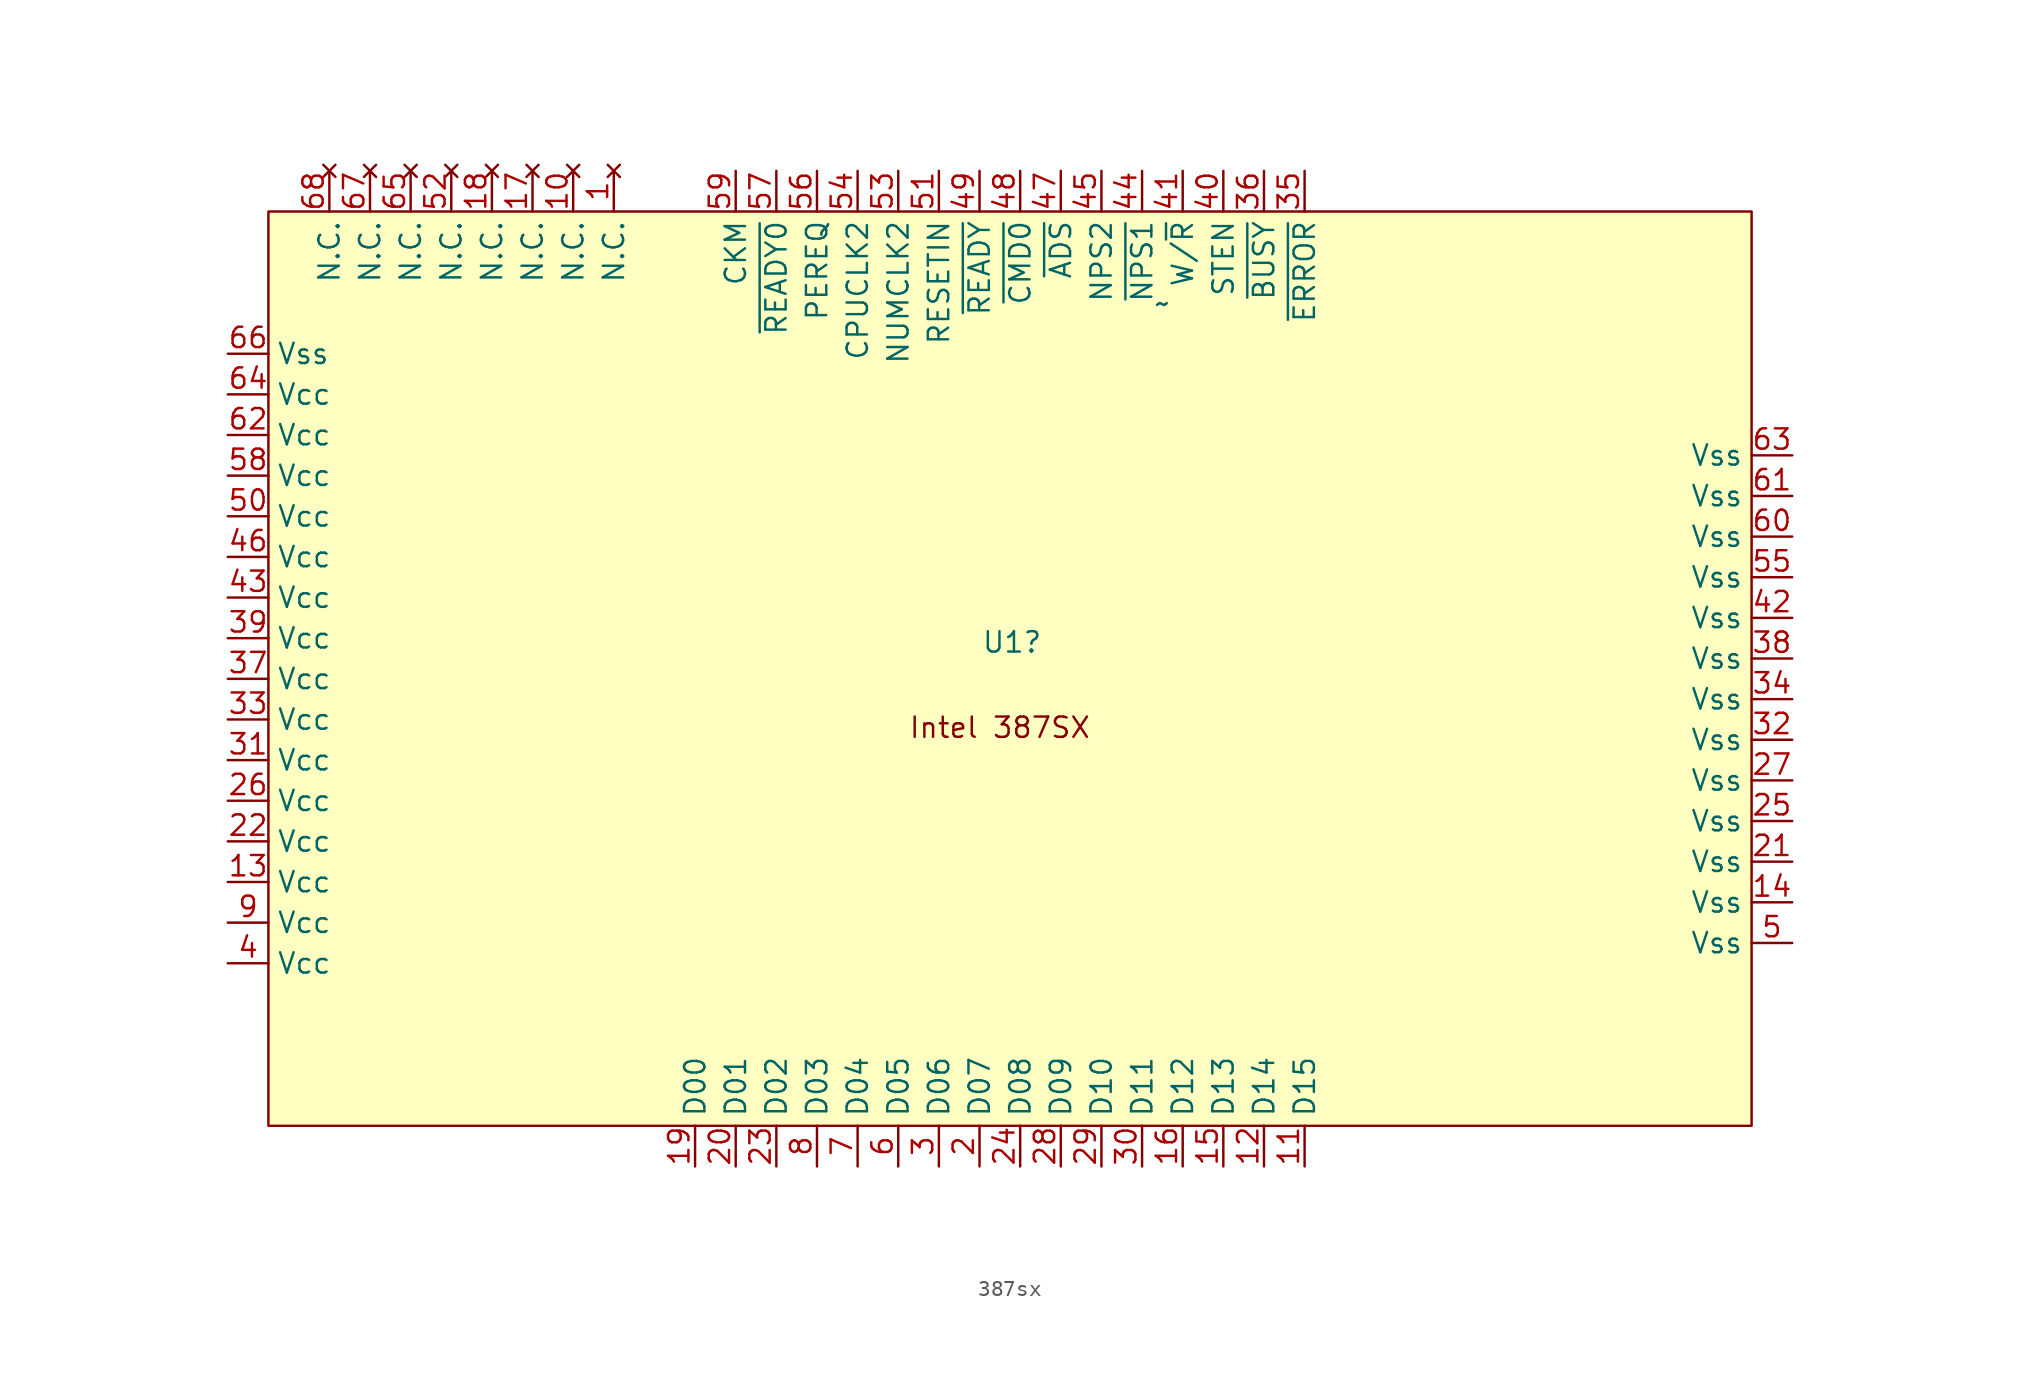
<source format=kicad_sym>
(kicad_symbol_lib
  (version 20231120)
  (generator "kicad_symbol_editor")
  (generator_version "8.0")
  (symbol "387sx"
    (property "Reference" "U1"
      (at 0.762 2.286 0)
      (effects (font (size 1.27 1.27))))
    (property "Value" "~"
      (at 10.16 23.463 0)
      (effects (font (size 1.27 1.27))))
    (symbol "387sx_0_1"
      (rectangle (start -45.72 29.21) (end 46.99 -27.94) (stroke (width 0) (type default)) (fill (type background))))
    (symbol "387sx_1_1"
      (text "Intel 387SX" (at 0 -3.048 0) (effects (font (size 1.27 1.27))))
      (pin no_connect line (at -24.13 31.75 270) (length 2.54) (name "N.C." (effects (font (size 1.27 1.27)))) (number "1" (effects (font (size 1.27 1.27)))))
      (pin no_connect line (at -26.67 31.75 270) (length 2.54) (name "N.C." (effects (font (size 1.27 1.27)))) (number "10" (effects (font (size 1.27 1.27)))))
      (pin bidirectional line (at 19.05 -30.48 90) (length 2.54) (name "D15" (effects (font (size 1.27 1.27)))) (number "11" (effects (font (size 1.27 1.27)))))
      (pin bidirectional line (at 16.51 -30.48 90) (length 2.54) (name "D14" (effects (font (size 1.27 1.27)))) (number "12" (effects (font (size 1.27 1.27)))))
      (pin power_in line (at -48.26 -12.7 0) (length 2.54) (name "Vcc" (effects (font (size 1.27 1.27)))) (number "13" (effects (font (size 1.27 1.27)))))
      (pin power_in line (at 49.53 -13.97 180) (length 2.54) (name "Vss" (effects (font (size 1.27 1.27)))) (number "14" (effects (font (size 1.27 1.27)))))
      (pin power_in line (at 13.97 -30.48 90) (length 2.54) (name "D13" (effects (font (size 1.27 1.27)))) (number "15" (effects (font (size 1.27 1.27)))))
      (pin power_in line (at 11.43 -30.48 90) (length 2.54) (name "D12" (effects (font (size 1.27 1.27)))) (number "16" (effects (font (size 1.27 1.27)))))
      (pin no_connect line (at -29.21 31.75 270) (length 2.54) (name "N.C." (effects (font (size 1.27 1.27)))) (number "17" (effects (font (size 1.27 1.27)))))
      (pin no_connect line (at -31.75 31.75 270) (length 2.54) (name "N.C." (effects (font (size 1.27 1.27)))) (number "18" (effects (font (size 1.27 1.27)))))
      (pin bidirectional line (at -19.05 -30.48 90) (length 2.54) (name "D00" (effects (font (size 1.27 1.27)))) (number "19" (effects (font (size 1.27 1.27)))))
      (pin bidirectional line (at -1.27 -30.48 90) (length 2.54) (name "D07" (effects (font (size 1.27 1.27)))) (number "2" (effects (font (size 1.27 1.27)))))
      (pin bidirectional line (at -16.51 -30.48 90) (length 2.54) (name "D01" (effects (font (size 1.27 1.27)))) (number "20" (effects (font (size 1.27 1.27)))))
      (pin power_in line (at 49.53 -11.43 180) (length 2.54) (name "Vss" (effects (font (size 1.27 1.27)))) (number "21" (effects (font (size 1.27 1.27)))))
      (pin power_in line (at -48.26 -10.16 0) (length 2.54) (name "Vcc" (effects (font (size 1.27 1.27)))) (number "22" (effects (font (size 1.27 1.27)))))
      (pin bidirectional line (at -13.97 -30.48 90) (length 2.54) (name "D02" (effects (font (size 1.27 1.27)))) (number "23" (effects (font (size 1.27 1.27)))))
      (pin bidirectional line (at 1.27 -30.48 90) (length 2.54) (name "D08" (effects (font (size 1.27 1.27)))) (number "24" (effects (font (size 1.27 1.27)))))
      (pin power_in line (at 49.53 -8.89 180) (length 2.54) (name "Vss" (effects (font (size 1.27 1.27)))) (number "25" (effects (font (size 1.27 1.27)))))
      (pin power_in line (at -48.26 -7.62 0) (length 2.54) (name "Vcc" (effects (font (size 1.27 1.27)))) (number "26" (effects (font (size 1.27 1.27)))))
      (pin power_in line (at 49.53 -6.35 180) (length 2.54) (name "Vss" (effects (font (size 1.27 1.27)))) (number "27" (effects (font (size 1.27 1.27)))))
      (pin bidirectional line (at 3.81 -30.48 90) (length 2.54) (name "D09" (effects (font (size 1.27 1.27)))) (number "28" (effects (font (size 1.27 1.27)))))
      (pin bidirectional line (at 6.35 -30.48 90) (length 2.54) (name "D10" (effects (font (size 1.27 1.27)))) (number "29" (effects (font (size 1.27 1.27)))))
      (pin bidirectional line (at -3.81 -30.48 90) (length 2.54) (name "D06" (effects (font (size 1.27 1.27)))) (number "3" (effects (font (size 1.27 1.27)))))
      (pin bidirectional line (at 8.89 -30.48 90) (length 2.54) (name "D11" (effects (font (size 1.27 1.27)))) (number "30" (effects (font (size 1.27 1.27)))))
      (pin power_in line (at -48.26 -5.08 0) (length 2.54) (name "Vcc" (effects (font (size 1.27 1.27)))) (number "31" (effects (font (size 1.27 1.27)))))
      (pin power_in line (at 49.53 -3.81 180) (length 2.54) (name "Vss" (effects (font (size 1.27 1.27)))) (number "32" (effects (font (size 1.27 1.27)))))
      (pin power_in line (at -48.26 -2.54 0) (length 2.54) (name "Vcc" (effects (font (size 1.27 1.27)))) (number "33" (effects (font (size 1.27 1.27)))))
      (pin power_in line (at 49.53 -1.27 180) (length 2.54) (name "Vss" (effects (font (size 1.27 1.27)))) (number "34" (effects (font (size 1.27 1.27)))))
      (pin input line (at 19.05 31.75 270) (length 2.54) (name "~{ERROR}" (effects (font (size 1.27 1.27)))) (number "35" (effects (font (size 1.27 1.27)))))
      (pin input line (at 16.51 31.75 270) (length 2.54) (name "~{BUSY}" (effects (font (size 1.27 1.27)))) (number "36" (effects (font (size 1.27 1.27)))))
      (pin power_in line (at -48.26 0 0) (length 2.54) (name "Vcc" (effects (font (size 1.27 1.27)))) (number "37" (effects (font (size 1.27 1.27)))))
      (pin power_in line (at 49.53 1.27 180) (length 2.54) (name "Vss" (effects (font (size 1.27 1.27)))) (number "38" (effects (font (size 1.27 1.27)))))
      (pin power_in line (at -48.26 2.54 0) (length 2.54) (name "Vcc" (effects (font (size 1.27 1.27)))) (number "39" (effects (font (size 1.27 1.27)))))
      (pin power_in line (at -48.26 -17.78 0) (length 2.54) (name "Vcc" (effects (font (size 1.27 1.27)))) (number "4" (effects (font (size 1.27 1.27)))))
      (pin power_in line (at 13.97 31.75 270) (length 2.54) (name "STEN" (effects (font (size 1.27 1.27)))) (number "40" (effects (font (size 1.27 1.27)))))
      (pin input line (at 11.43 31.75 270) (length 2.54) (name "W/~{R}" (effects (font (size 1.27 1.27)))) (number "41" (effects (font (size 1.27 1.27)))))
      (pin power_in line (at 49.53 3.81 180) (length 2.54) (name "Vss" (effects (font (size 1.27 1.27)))) (number "42" (effects (font (size 1.27 1.27)))))
      (pin power_in line (at -48.26 5.08 0) (length 2.54) (name "Vcc" (effects (font (size 1.27 1.27)))) (number "43" (effects (font (size 1.27 1.27)))))
      (pin input line (at 8.89 31.75 270) (length 2.54) (name "~{NPS1}" (effects (font (size 1.27 1.27)))) (number "44" (effects (font (size 1.27 1.27)))))
      (pin input line (at 6.35 31.75 270) (length 2.54) (name "NPS2" (effects (font (size 1.27 1.27)))) (number "45" (effects (font (size 1.27 1.27)))))
      (pin power_in line (at -48.26 7.62 0) (length 2.54) (name "Vcc" (effects (font (size 1.27 1.27)))) (number "46" (effects (font (size 1.27 1.27)))))
      (pin input line (at 3.81 31.75 270) (length 2.54) (name "~{ADS}" (effects (font (size 1.27 1.27)))) (number "47" (effects (font (size 1.27 1.27)))))
      (pin input line (at 1.27 31.75 270) (length 2.54) (name "~{CMD0}" (effects (font (size 1.27 1.27)))) (number "48" (effects (font (size 1.27 1.27)))))
      (pin input line (at -1.27 31.75 270) (length 2.54) (name "~{READY}" (effects (font (size 1.27 1.27)))) (number "49" (effects (font (size 1.27 1.27)))))
      (pin power_in line (at 49.53 -16.51 180) (length 2.54) (name "Vss" (effects (font (size 1.27 1.27)))) (number "5" (effects (font (size 1.27 1.27)))))
      (pin power_in line (at -48.26 10.16 0) (length 2.54) (name "Vcc" (effects (font (size 1.27 1.27)))) (number "50" (effects (font (size 1.27 1.27)))))
      (pin input line (at -3.81 31.75 270) (length 2.54) (name "RESETIN" (effects (font (size 1.27 1.27)))) (number "51" (effects (font (size 1.27 1.27)))))
      (pin no_connect line (at -34.29 31.75 270) (length 2.54) (name "N.C." (effects (font (size 1.27 1.27)))) (number "52" (effects (font (size 1.27 1.27)))))
      (pin input line (at -6.35 31.75 270) (length 2.54) (name "NUMCLK2" (effects (font (size 1.27 1.27)))) (number "53" (effects (font (size 1.27 1.27)))))
      (pin input line (at -8.89 31.75 270) (length 2.54) (name "CPUCLK2" (effects (font (size 1.27 1.27)))) (number "54" (effects (font (size 1.27 1.27)))))
      (pin power_in line (at 49.53 6.35 180) (length 2.54) (name "Vss" (effects (font (size 1.27 1.27)))) (number "55" (effects (font (size 1.27 1.27)))))
      (pin output line (at -11.43 31.75 270) (length 2.54) (name "PEREQ" (effects (font (size 1.27 1.27)))) (number "56" (effects (font (size 1.27 1.27)))))
      (pin output line (at -13.97 31.75 270) (length 2.54) (name "~{READY0}" (effects (font (size 1.27 1.27)))) (number "57" (effects (font (size 1.27 1.27)))))
      (pin power_in line (at -48.26 12.7 0) (length 2.54) (name "Vcc" (effects (font (size 1.27 1.27)))) (number "58" (effects (font (size 1.27 1.27)))))
      (pin input line (at -16.51 31.75 270) (length 2.54) (name "CKM" (effects (font (size 1.27 1.27)))) (number "59" (effects (font (size 1.27 1.27)))))
      (pin bidirectional line (at -6.35 -30.48 90) (length 2.54) (name "D05" (effects (font (size 1.27 1.27)))) (number "6" (effects (font (size 1.27 1.27)))))
      (pin power_in line (at 49.53 8.89 180) (length 2.54) (name "Vss" (effects (font (size 1.27 1.27)))) (number "60" (effects (font (size 1.27 1.27)))))
      (pin power_in line (at 49.53 11.43 180) (length 2.54) (name "Vss" (effects (font (size 1.27 1.27)))) (number "61" (effects (font (size 1.27 1.27)))))
      (pin power_in line (at -48.26 15.24 0) (length 2.54) (name "Vcc" (effects (font (size 1.27 1.27)))) (number "62" (effects (font (size 1.27 1.27)))))
      (pin power_in line (at 49.53 13.97 180) (length 2.54) (name "Vss" (effects (font (size 1.27 1.27)))) (number "63" (effects (font (size 1.27 1.27)))))
      (pin power_in line (at -48.26 17.78 0) (length 2.54) (name "Vcc" (effects (font (size 1.27 1.27)))) (number "64" (effects (font (size 1.27 1.27)))))
      (pin no_connect line (at -36.83 31.75 270) (length 2.54) (name "N.C." (effects (font (size 1.27 1.27)))) (number "65" (effects (font (size 1.27 1.27)))))
      (pin power_in line (at -48.26 20.32 0) (length 2.54) (name "Vss" (effects (font (size 1.27 1.27)))) (number "66" (effects (font (size 1.27 1.27)))))
      (pin no_connect line (at -39.37 31.75 270) (length 2.54) (name "N.C." (effects (font (size 1.27 1.27)))) (number "67" (effects (font (size 1.27 1.27)))))
      (pin no_connect line (at -41.91 31.75 270) (length 2.54) (name "N.C." (effects (font (size 1.27 1.27)))) (number "68" (effects (font (size 1.27 1.27)))))
      (pin bidirectional line (at -8.89 -30.48 90) (length 2.54) (name "D04" (effects (font (size 1.27 1.27)))) (number "7" (effects (font (size 1.27 1.27)))))
      (pin bidirectional line (at -11.43 -30.48 90) (length 2.54) (name "D03" (effects (font (size 1.27 1.27)))) (number "8" (effects (font (size 1.27 1.27)))))
      (pin power_in line (at -48.26 -15.24 0) (length 2.54) (name "Vcc" (effects (font (size 1.27 1.27)))) (number "9" (effects (font (size 1.27 1.27))))))))
</source>
